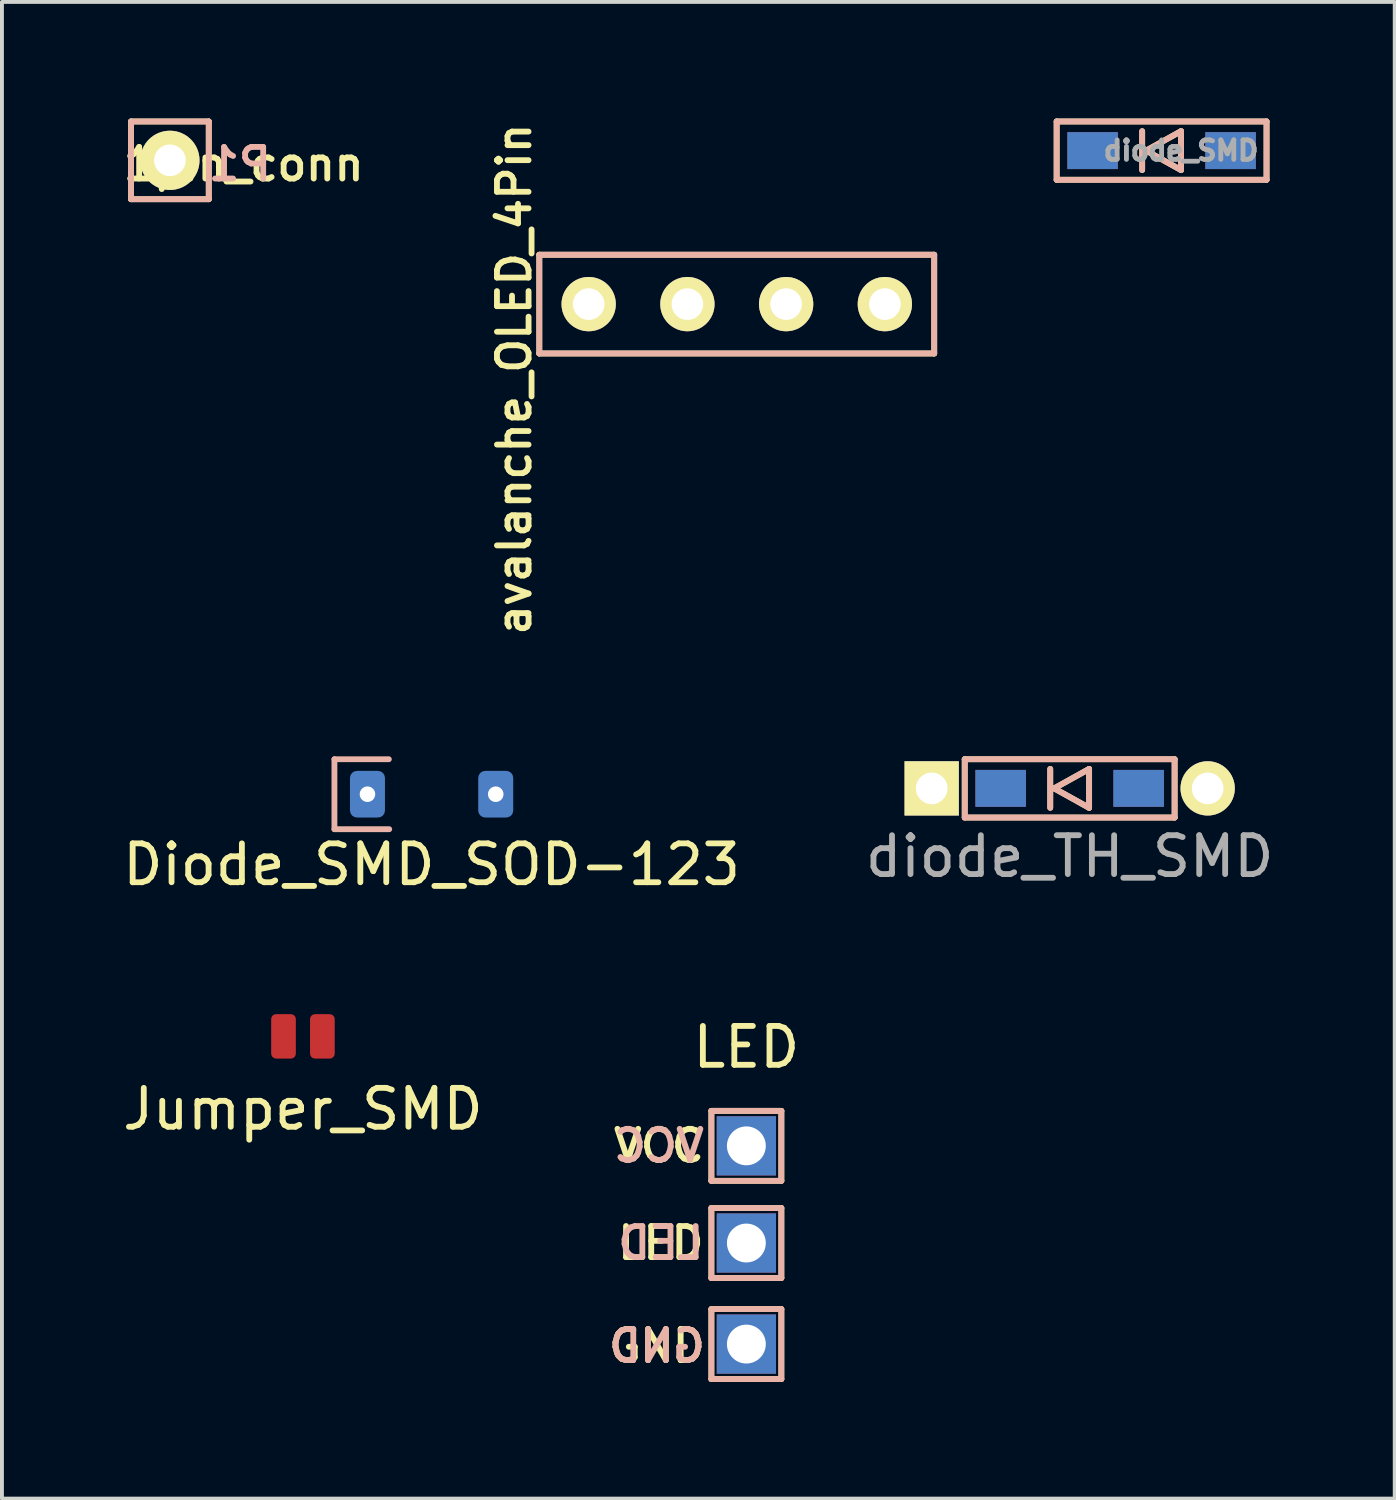
<source format=kicad_pcb>
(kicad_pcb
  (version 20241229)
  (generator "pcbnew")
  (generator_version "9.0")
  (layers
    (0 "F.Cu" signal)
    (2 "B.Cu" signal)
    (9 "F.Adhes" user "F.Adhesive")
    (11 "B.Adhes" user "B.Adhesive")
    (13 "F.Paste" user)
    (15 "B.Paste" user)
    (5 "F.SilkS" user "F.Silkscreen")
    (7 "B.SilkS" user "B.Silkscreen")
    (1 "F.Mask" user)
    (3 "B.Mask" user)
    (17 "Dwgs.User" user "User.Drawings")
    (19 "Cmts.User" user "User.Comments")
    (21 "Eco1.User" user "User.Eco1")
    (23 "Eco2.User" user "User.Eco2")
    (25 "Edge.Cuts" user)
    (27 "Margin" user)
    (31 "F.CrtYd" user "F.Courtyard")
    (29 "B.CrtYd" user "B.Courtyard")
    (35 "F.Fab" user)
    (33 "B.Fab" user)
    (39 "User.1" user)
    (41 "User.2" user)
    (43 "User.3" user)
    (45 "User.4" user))
  (footprint "diode_TH_SMD"
    (layer "F.Cu")
    (at 24.47 17.233)
    (property "Reference" "diode_TH_SMD" (at 0 1.75 0) (layer "F.Fab") (effects (font (size 1 1) (thickness 0.15))))
    (attr through_hole)
    (fp_line (start -2.7 -0.75) (end -2.7 0.75) (stroke (width 0.15) (type solid)) (layer "F.SilkS"))
    (fp_line (start -2.7 0.75) (end 2.7 0.75) (stroke (width 0.15) (type solid)) (layer "F.SilkS"))
    (fp_line (start -0.5 -0.5) (end -0.5 0.5) (stroke (width 0.15) (type solid)) (layer "F.SilkS"))
    (fp_line (start -0.4 0) (end 0.5 -0.5) (stroke (width 0.15) (type solid)) (layer "F.SilkS"))
    (fp_line (start 0.5 -0.5) (end 0.5 0.5) (stroke (width 0.15) (type solid)) (layer "F.SilkS"))
    (fp_line (start 0.5 0.5) (end -0.4 0) (stroke (width 0.15) (type solid)) (layer "F.SilkS"))
    (fp_line (start 2.7 -0.75) (end -2.7 -0.75) (stroke (width 0.15) (type solid)) (layer "F.SilkS"))
    (fp_line (start 2.7 0.75) (end 2.7 -0.75) (stroke (width 0.15) (type solid)) (layer "F.SilkS"))
    (fp_line (start -2.7 -0.75) (end -2.7 0.75) (stroke (width 0.15) (type solid)) (layer "B.SilkS"))
    (fp_line (start -2.7 0.75) (end 2.7 0.75) (stroke (width 0.15) (type solid)) (layer "B.SilkS"))
    (fp_line (start -0.5 -0.5) (end -0.5 0.5) (stroke (width 0.15) (type solid)) (layer "B.SilkS"))
    (fp_line (start -0.4 0) (end 0.5 -0.5) (stroke (width 0.15) (type solid)) (layer "B.SilkS"))
    (fp_line (start 0.5 -0.5) (end 0.5 0.5) (stroke (width 0.15) (type solid)) (layer "B.SilkS"))
    (fp_line (start 0.5 0.5) (end -0.4 0) (stroke (width 0.15) (type solid)) (layer "B.SilkS"))
    (fp_line (start 2.7 -0.75) (end -2.7 -0.75) (stroke (width 0.15) (type solid)) (layer "B.SilkS"))
    (fp_line (start 2.7 0.75) (end 2.7 -0.75) (stroke (width 0.15) (type solid)) (layer "B.SilkS"))
    (pad "1" thru_hole rect (at -3.55 0) (size 1.397 1.397) (drill 0.813) (layers "*.Cu" "*.Mask" "F.SilkS"))
    (pad "1" smd rect (at -1.775 0) (size 1.3 0.95) (layers "F.Cu" "F.Mask" "F.Paste"))
    (pad "1" smd rect (at -1.775 0) (size 1.3 0.95) (layers "B.Cu" "B.Mask" "B.Paste"))
    (pad "2" smd rect (at 1.775 0) (size 1.3 0.95) (layers "F.Cu" "F.Mask" "F.Paste"))
    (pad "2" smd rect (at 1.775 0) (size 1.3 0.95) (layers "B.Cu" "B.Mask" "B.Paste"))
    (pad "2" thru_hole circle (at 3.55 0) (size 1.397 1.397) (drill 0.813) (layers "*.Cu" "*.Mask" "F.SilkS")))
  (footprint "LED"
    (layer "F.Cu")
    (at 16.152 26.43)
    (property "Reference" "LED" (at 0 -2.54 0) (layer "F.SilkS") (effects (font (size 1 1) (thickness 0.15))))
    (attr through_hole)
    (fp_line (start -0.9 -0.9) (end 0.9 -0.9) (stroke (width 0.15) (type solid)) (layer "F.SilkS"))
    (fp_line (start -0.9 0.9) (end -0.9 -0.9) (stroke (width 0.15) (type solid)) (layer "F.SilkS"))
    (fp_line (start -0.9 1.6) (end -0.9 3.4) (stroke (width 0.15) (type solid)) (layer "F.SilkS"))
    (fp_line (start -0.9 1.6) (end 0.9 1.6) (stroke (width 0.15) (type solid)) (layer "F.SilkS"))
    (fp_line (start -0.9 4.2) (end -0.9 6) (stroke (width 0.15) (type solid)) (layer "F.SilkS"))
    (fp_line (start -0.9 4.2) (end 0.9 4.2) (stroke (width 0.15) (type solid)) (layer "F.SilkS"))
    (fp_line (start 0.9 -0.9) (end 0.9 0.9) (stroke (width 0.15) (type solid)) (layer "F.SilkS"))
    (fp_line (start 0.9 0.9) (end -0.9 0.9) (stroke (width 0.15) (type solid)) (layer "F.SilkS"))
    (fp_line (start 0.9 1.6) (end 0.9 3.4) (stroke (width 0.15) (type solid)) (layer "F.SilkS"))
    (fp_line (start 0.9 3.4) (end -0.9 3.4) (stroke (width 0.15) (type solid)) (layer "F.SilkS"))
    (fp_line (start 0.9 4.2) (end 0.9 6) (stroke (width 0.15) (type solid)) (layer "F.SilkS"))
    (fp_line (start 0.9 6) (end -0.9 6) (stroke (width 0.15) (type solid)) (layer "F.SilkS"))
    (fp_line (start -0.9 -0.9) (end 0.9 -0.9) (stroke (width 0.15) (type solid)) (layer "B.SilkS"))
    (fp_line (start -0.9 0.9) (end -0.9 -0.9) (stroke (width 0.15) (type solid)) (layer "B.SilkS"))
    (fp_line (start -0.9 1.6) (end 0.9 1.6) (stroke (width 0.15) (type solid)) (layer "B.SilkS"))
    (fp_line (start -0.9 3.4) (end -0.9 1.6) (stroke (width 0.15) (type solid)) (layer "B.SilkS"))
    (fp_line (start -0.9 4.2) (end 0.9 4.2) (stroke (width 0.15) (type solid)) (layer "B.SilkS"))
    (fp_line (start -0.9 6) (end -0.9 4.2) (stroke (width 0.15) (type solid)) (layer "B.SilkS"))
    (fp_line (start 0.9 -0.9) (end 0.9 0.9) (stroke (width 0.15) (type solid)) (layer "B.SilkS"))
    (fp_line (start 0.9 0.9) (end -0.9 0.9) (stroke (width 0.15) (type solid)) (layer "B.SilkS"))
    (fp_line (start 0.9 1.6) (end 0.9 3.4) (stroke (width 0.15) (type solid)) (layer "B.SilkS"))
    (fp_line (start 0.9 3.4) (end -0.9 3.4) (stroke (width 0.15) (type solid)) (layer "B.SilkS"))
    (fp_line (start 0.9 4.2) (end 0.9 6) (stroke (width 0.15) (type solid)) (layer "B.SilkS"))
    (fp_line (start 0.9 6) (end -0.9 6) (stroke (width 0.15) (type solid)) (layer "B.SilkS"))
    (fp_text user "LED" (at -2.2 2.5 180) (layer "F.SilkS") (effects (font (size 0.8 0.8) (thickness 0.15))))
    (fp_text user "GND" (at -2.3 5.15 0) (layer "F.SilkS") (effects (font (size 0.8 0.8) (thickness 0.15))))
    (fp_text user "VCC" (at -2.25 0 0) (layer "F.SilkS") (effects (font (size 0.8 0.8) (thickness 0.15))))
    (fp_text user "VCC" (at -2.25 0 0) (layer "B.SilkS") (effects (font (size 0.8 0.8) (thickness 0.15)) (justify mirror)))
    (fp_text user "LED" (at -2.2 2.5 0) (layer "B.SilkS") (effects (font (size 0.8 0.8) (thickness 0.15)) (justify mirror)))
    (fp_text user "GND" (at -2.3 5.15 0) (layer "B.SilkS") (effects (font (size 0.8 0.8) (thickness 0.15)) (justify mirror)))
    (pad "1" thru_hole rect (at 0 0 90) (size 1.524 1.524) (drill 1) (layers "*.Cu" "*.Mask"))
    (pad "2" thru_hole rect (at 0 2.5) (size 1.524 1.524) (drill 1) (layers "*.Cu" "*.Mask"))
    (pad "3" thru_hole rect (at 0 5.1) (size 1.524 1.524) (drill 1) (layers "*.Cu" "*.Mask")))
  (footprint "avalanche_OLED_4Pin"
    (layer "F.Cu")
    (at 12.095 4.774)
    (property "Reference" "avalanche_OLED_4Pin" (at -1.915 1.93 90) (layer "F.SilkS") (effects (font (size 0.813 0.813) (thickness 0.15))))
    (attr through_hole)
    (fp_line (start -1.27 -1.27) (end 8.89 -1.27) (stroke (width 0.15) (type solid)) (layer "F.SilkS"))
    (fp_line (start -1.27 1.27) (end -1.27 -1.27) (stroke (width 0.15) (type solid)) (layer "F.SilkS"))
    (fp_line (start -1.27 1.27) (end 8.89 1.27) (stroke (width 0.15) (type solid)) (layer "F.SilkS"))
    (fp_line (start 8.89 -1.27) (end 8.89 1.27) (stroke (width 0.15) (type solid)) (layer "F.SilkS"))
    (fp_line (start -1.27 -1.27) (end 8.89 -1.27) (stroke (width 0.15) (type solid)) (layer "B.SilkS"))
    (fp_line (start -1.27 1.27) (end -1.27 -1.27) (stroke (width 0.15) (type solid)) (layer "B.SilkS"))
    (fp_line (start 8.89 -1.27) (end 8.89 1.27) (stroke (width 0.15) (type solid)) (layer "B.SilkS"))
    (fp_line (start 8.89 1.27) (end -1.27 1.27) (stroke (width 0.15) (type solid)) (layer "B.SilkS"))
    (pad "1" thru_hole circle (at 0 0) (size 1.397 1.397) (drill 0.813) (layers "*.Cu" "*.Mask" "F.SilkS"))
    (pad "2" thru_hole circle (at 2.54 0) (size 1.397 1.397) (drill 0.813) (layers "*.Cu" "*.Mask" "F.SilkS"))
    (pad "3" thru_hole circle (at 5.08 0) (size 1.397 1.397) (drill 0.813) (layers "*.Cu" "*.Mask" "F.SilkS"))
    (pad "4" thru_hole circle (at 7.62 0) (size 1.397 1.397) (drill 0.813) (layers "*.Cu" "*.Mask" "F.SilkS")))
  (footprint "Jumper_SMD"
    (layer "F.Cu")
    (at 4.744 23.613)
    (property "Reference" "Jumper_SMD" (at 0 1.87 0) (layer "F.SilkS") (effects (font (size 1 1) (thickness 0.15))))
    (attr through_hole)
    (pad "1" smd roundrect (at -0.5 0) (size 0.635 1.143) (layers "F.Cu" "F.Mask" "F.Paste") (roundrect_rratio 0.2))
    (pad "2" smd roundrect (at 0.5 0) (size 0.635 1.143) (layers "F.Cu" "F.Mask" "F.Paste") (roundrect_rratio 0.2)))
  (footprint "diode_SMD"
    (layer "F.Cu")
    (at 26.835 0.825)
    (property "Reference" "diode_SMD" (at 0.5 0 0) (layer "F.Fab") (effects (font (size 0.5 0.5) (thickness 0.125))))
    (attr through_hole)
    (fp_line (start -2.7 -0.75) (end -2.7 0.75) (stroke (width 0.15) (type solid)) (layer "F.SilkS"))
    (fp_line (start -2.7 0.75) (end 2.7 0.75) (stroke (width 0.15) (type solid)) (layer "F.SilkS"))
    (fp_line (start -0.5 -0.5) (end -0.5 0.5) (stroke (width 0.15) (type solid)) (layer "F.SilkS"))
    (fp_line (start -0.4 0) (end 0.5 -0.5) (stroke (width 0.15) (type solid)) (layer "F.SilkS"))
    (fp_line (start 0.5 -0.5) (end 0.5 0.5) (stroke (width 0.15) (type solid)) (layer "F.SilkS"))
    (fp_line (start 0.5 0.5) (end -0.4 0) (stroke (width 0.15) (type solid)) (layer "F.SilkS"))
    (fp_line (start 2.7 -0.75) (end -2.7 -0.75) (stroke (width 0.15) (type solid)) (layer "F.SilkS"))
    (fp_line (start 2.7 -0.75) (end 2.7 0.75) (stroke (width 0.15) (type solid)) (layer "F.SilkS"))
    (fp_line (start -2.7 -0.75) (end -2.7 0.75) (stroke (width 0.15) (type solid)) (layer "B.SilkS"))
    (fp_line (start -2.7 0.75) (end 2.7 0.75) (stroke (width 0.15) (type solid)) (layer "B.SilkS"))
    (fp_line (start -0.5 -0.5) (end -0.5 0.5) (stroke (width 0.15) (type solid)) (layer "B.SilkS"))
    (fp_line (start -0.4 0) (end 0.5 -0.5) (stroke (width 0.15) (type solid)) (layer "B.SilkS"))
    (fp_line (start 0.5 -0.5) (end 0.5 0.5) (stroke (width 0.15) (type solid)) (layer "B.SilkS"))
    (fp_line (start 0.5 0.5) (end -0.4 0) (stroke (width 0.15) (type solid)) (layer "B.SilkS"))
    (fp_line (start 2.7 -0.75) (end -2.7 -0.75) (stroke (width 0.15) (type solid)) (layer "B.SilkS"))
    (fp_line (start 2.7 0.75) (end 2.7 -0.75) (stroke (width 0.15) (type solid)) (layer "B.SilkS"))
    (pad "1" smd rect (at -1.775 0) (size 1.3 0.95) (layers "F.Cu" "F.Mask" "F.Paste"))
    (pad "1" smd rect (at -1.775 0) (size 1.3 0.95) (layers "B.Cu" "B.Mask" "B.Paste"))
    (pad "2" smd rect (at 1.775 0) (size 1.3 0.95) (layers "F.Cu" "F.Mask" "F.Paste"))
    (pad "2" smd rect (at 1.775 0) (size 1.3 0.95) (layers "B.Cu" "B.Mask" "B.Paste")))
  (footprint "Diode_SMD_SOD-123"
    (layer "F.Cu")
    (at 8.054 17.383)
    (property "Reference" "Diode_SMD_SOD-123" (at 0 1.81 0) (layer "F.SilkS") (effects (font (size 1 1) (thickness 0.15))))
    (attr through_hole)
    (fp_line (start -2.5 -0.9) (end -1.1 -0.9) (stroke (width 0.15) (type solid)) (layer "B.SilkS"))
    (fp_line (start -2.5 0.9) (end -2.5 -0.9) (stroke (width 0.15) (type solid)) (layer "B.SilkS"))
    (fp_line (start -1.09 0.9) (end -2.5 0.9) (stroke (width 0.15) (type solid)) (layer "B.SilkS"))
    (pad "1" thru_hole circle (at -1.65 0) (size 0.8 0.8) (drill 0.4) (layers "*.Cu" "B.Mask"))
    (pad "1" smd roundrect (at -1.65 0) (size 0.9 1.2) (layers "B.Cu" "B.Mask" "B.Paste") (roundrect_rratio 0.2))
    (pad "2" thru_hole circle (at 1.65 0) (size 0.8 0.8) (drill 0.4) (layers "*.Cu" "B.Mask"))
    (pad "2" smd roundrect (at 1.65 0) (size 0.9 1.2) (layers "B.Cu" "B.Mask" "B.Paste") (roundrect_rratio 0.2)))
  (footprint "1pin_conn"
    (layer "F.Cu")
    (at 1.321 1.075)
    (property "Reference" "1pin_conn" (at 1.9 0.1 0) (layer "F.SilkS") (effects (font (size 0.813 0.813) (thickness 0.15))))
    (attr through_hole)
    (fp_line (start -1 -1) (end -1 1) (stroke (width 0.15) (type solid)) (layer "F.SilkS"))
    (fp_line (start -1 1) (end 1 1) (stroke (width 0.15) (type solid)) (layer "F.SilkS"))
    (fp_line (start 1 -1) (end -1 -1) (stroke (width 0.15) (type solid)) (layer "F.SilkS"))
    (fp_line (start 1 1) (end 1 -1) (stroke (width 0.15) (type solid)) (layer "F.SilkS"))
    (fp_line (start -1 -1) (end 1 -1) (stroke (width 0.15) (type solid)) (layer "B.SilkS"))
    (fp_line (start -1 1) (end -1 -1) (stroke (width 0.15) (type solid)) (layer "B.SilkS"))
    (fp_line (start 1 -1) (end 1 1) (stroke (width 0.15) (type solid)) (layer "B.SilkS"))
    (fp_line (start 1 1) (end -1 1) (stroke (width 0.15) (type solid)) (layer "B.SilkS"))
    (fp_text user "P1" (at 1.8 0.1 0) (layer "B.SilkS") (effects (font (size 0.813 0.813) (thickness 0.15)) (justify mirror)))
    (pad "1" thru_hole circle (at 0 0) (size 1.524 1.524) (drill 0.813) (layers "*.Cu" "*.Mask" "F.SilkS")))
  (gr_rect
    (start -3 -3)
    (end 32.833 35.505)
    (stroke (width 0.1) (type default))
    (fill no)
    (layer "Edge.Cuts")))
</source>
